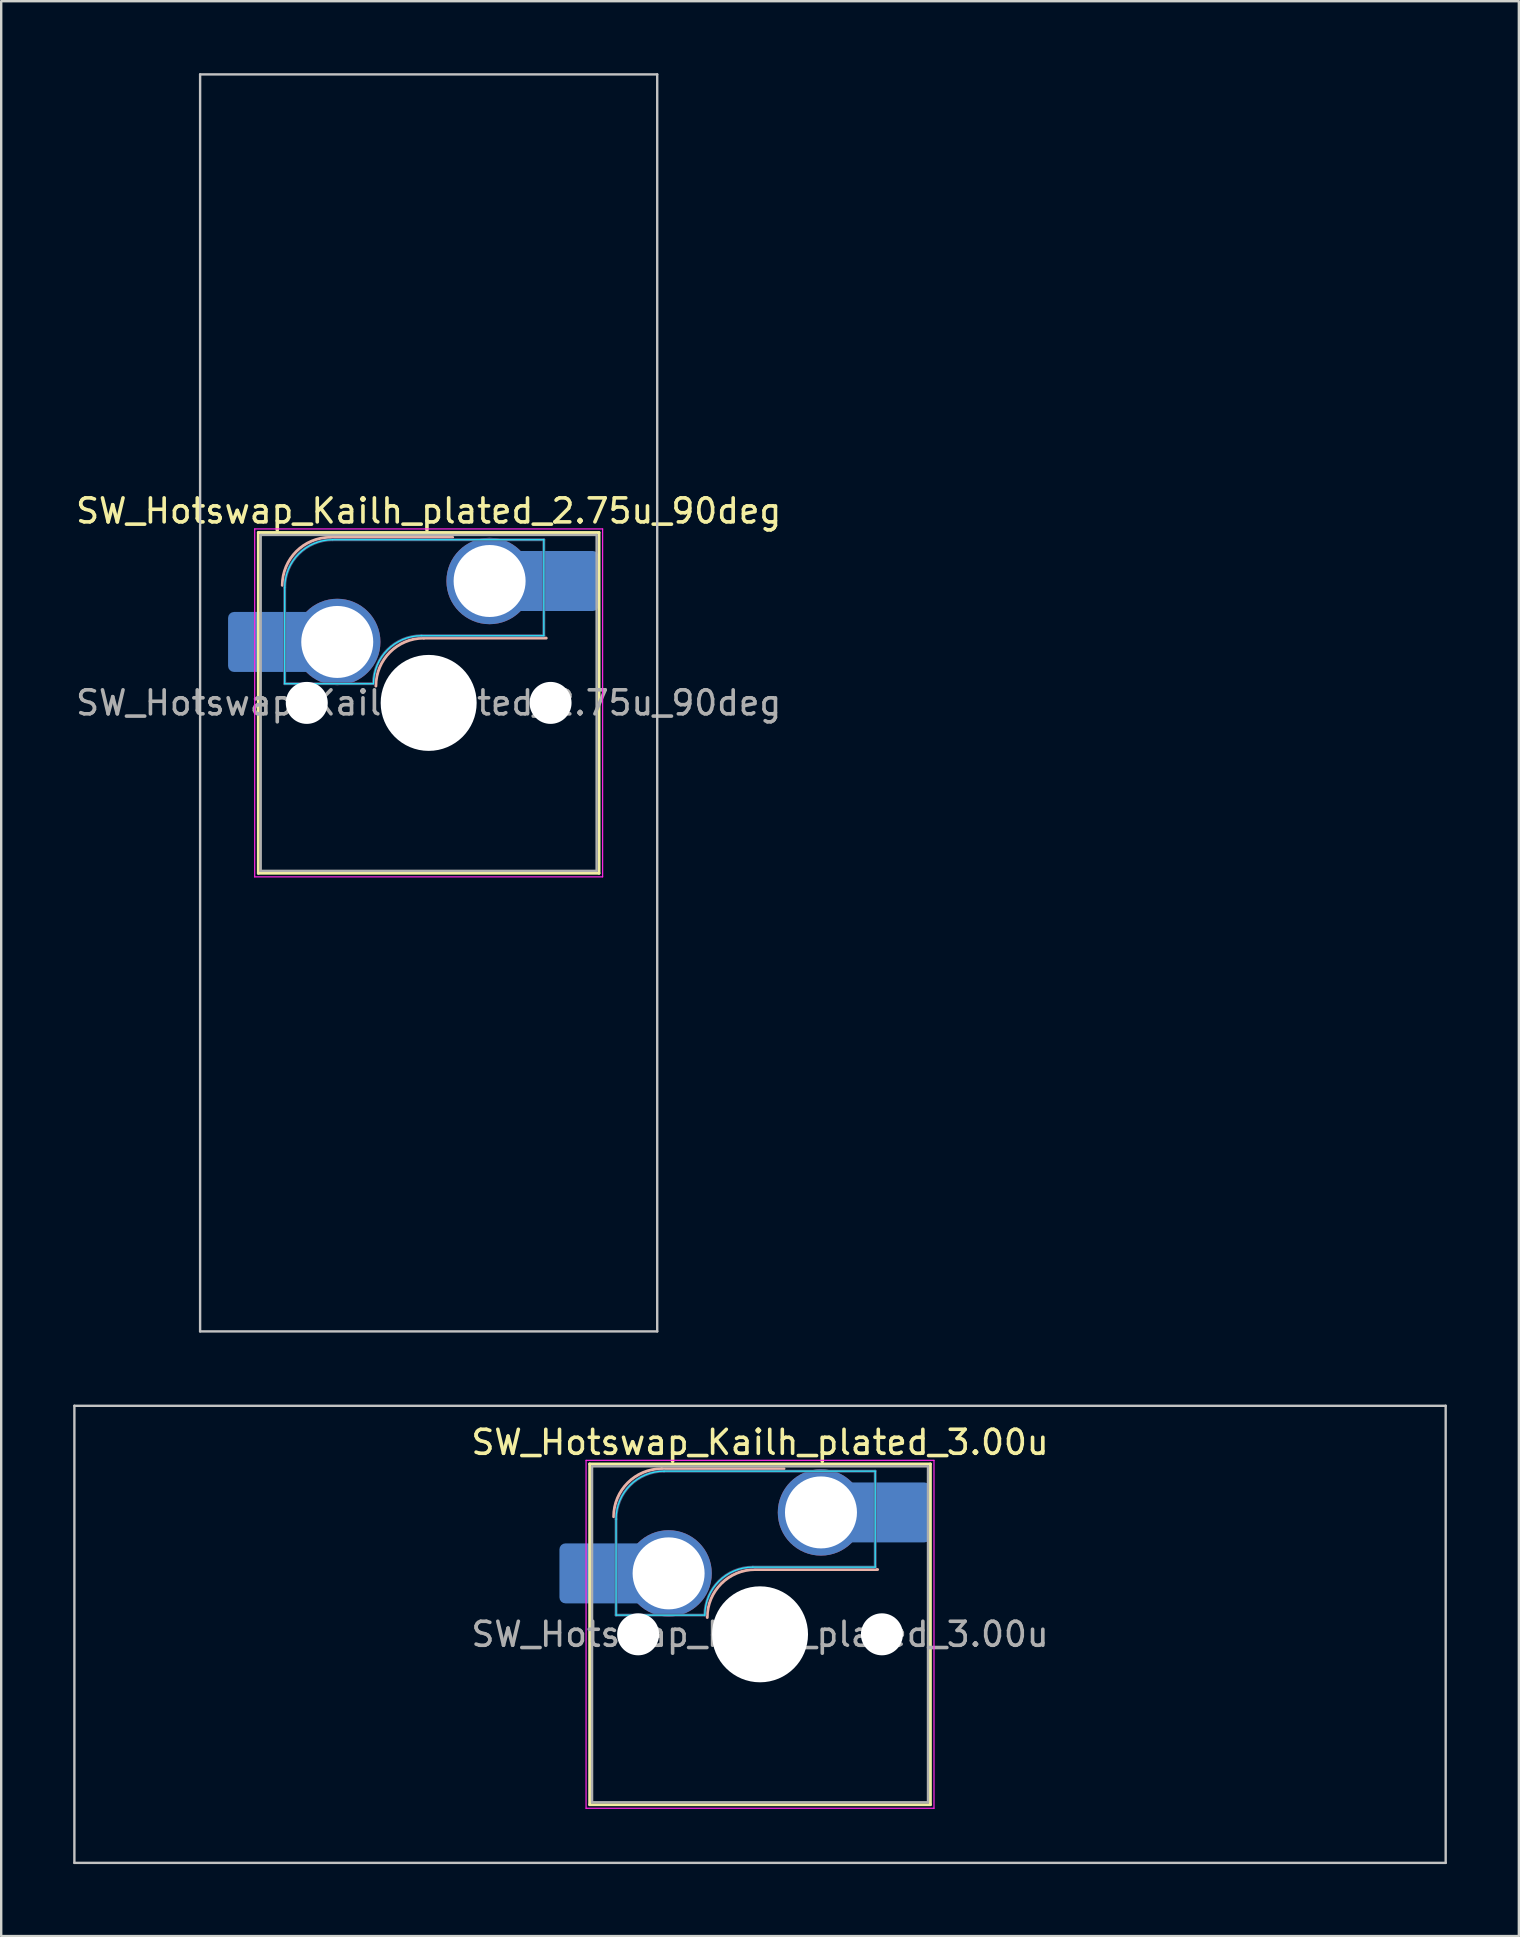
<source format=kicad_pcb>
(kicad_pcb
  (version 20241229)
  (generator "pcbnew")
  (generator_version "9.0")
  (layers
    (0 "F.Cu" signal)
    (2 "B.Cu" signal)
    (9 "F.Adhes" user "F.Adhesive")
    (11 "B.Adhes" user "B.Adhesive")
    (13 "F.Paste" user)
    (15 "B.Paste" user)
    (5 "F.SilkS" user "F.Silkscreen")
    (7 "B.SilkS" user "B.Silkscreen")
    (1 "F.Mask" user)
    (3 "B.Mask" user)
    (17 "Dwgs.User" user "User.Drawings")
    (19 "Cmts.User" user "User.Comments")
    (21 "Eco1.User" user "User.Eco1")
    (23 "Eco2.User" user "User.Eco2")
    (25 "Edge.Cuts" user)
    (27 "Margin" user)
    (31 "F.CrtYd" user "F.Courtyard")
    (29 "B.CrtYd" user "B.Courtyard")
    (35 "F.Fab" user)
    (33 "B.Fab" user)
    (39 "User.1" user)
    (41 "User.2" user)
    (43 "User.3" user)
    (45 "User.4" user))
  (footprint "SW_Hotswap_Kailh_plated_2.75u_90deg"
    (layer "F.Cu")
    (at 14.815 26.244)
    (property "Reference" "SW_Hotswap_Kailh_plated_2.75u_90deg" (at 0 -8 0) (layer "F.SilkS") (effects (font (size 1 1) (thickness 0.15))))
    (attr smd)
    (fp_line (start -7.1 -7.1) (end -7.1 7.1) (stroke (width 0.12) (type solid)) (layer "F.SilkS"))
    (fp_line (start -7.1 7.1) (end 7.1 7.1) (stroke (width 0.12) (type solid)) (layer "F.SilkS"))
    (fp_line (start 7.1 -7.1) (end -7.1 -7.1) (stroke (width 0.12) (type solid)) (layer "F.SilkS"))
    (fp_line (start 7.1 7.1) (end 7.1 -7.1) (stroke (width 0.12) (type solid)) (layer "F.SilkS"))
    (fp_line (start -4.1 -6.9) (end 1 -6.9) (stroke (width 0.12) (type solid)) (layer "B.SilkS"))
    (fp_line (start -0.2 -2.7) (end 4.9 -2.7) (stroke (width 0.12) (type solid)) (layer "B.SilkS"))
    (fp_arc (start -6.1 -4.9) (mid -5.514214 -6.314214) (end -4.1 -6.9) (stroke (width 0.12) (type solid)) (layer "B.SilkS"))
    (fp_arc (start -2.2 -0.7) (mid -1.614214 -2.114214) (end -0.2 -2.7) (stroke (width 0.12) (type solid)) (layer "B.SilkS"))
    (fp_line (start -9.525 -26.194) (end 9.525 -26.194) (stroke (width 0.1) (type solid)) (layer "Dwgs.User"))
    (fp_line (start -9.525 26.194) (end -9.525 -26.194) (stroke (width 0.1) (type solid)) (layer "Dwgs.User"))
    (fp_line (start 9.525 -26.194) (end 9.525 26.194) (stroke (width 0.1) (type solid)) (layer "Dwgs.User"))
    (fp_line (start 9.525 26.194) (end -9.525 26.194) (stroke (width 0.1) (type solid)) (layer "Dwgs.User"))
    (fp_line (start -7.8 -6) (end -7 -6) (stroke (width 0.1) (type solid)) (layer "Eco1.User"))
    (fp_line (start -7.8 -2.9) (end -7.8 -6) (stroke (width 0.1) (type solid)) (layer "Eco1.User"))
    (fp_line (start -7.8 2.9) (end -7 2.9) (stroke (width 0.1) (type solid)) (layer "Eco1.User"))
    (fp_line (start -7.8 6) (end -7.8 2.9) (stroke (width 0.1) (type solid)) (layer "Eco1.User"))
    (fp_line (start -7 -7) (end 7 -7) (stroke (width 0.1) (type solid)) (layer "Eco1.User"))
    (fp_line (start -7 -6) (end -7 -7) (stroke (width 0.1) (type solid)) (layer "Eco1.User"))
    (fp_line (start -7 -2.9) (end -7.8 -2.9) (stroke (width 0.1) (type solid)) (layer "Eco1.User"))
    (fp_line (start -7 2.9) (end -7 -2.9) (stroke (width 0.1) (type solid)) (layer "Eco1.User"))
    (fp_line (start -7 6) (end -7.8 6) (stroke (width 0.1) (type solid)) (layer "Eco1.User"))
    (fp_line (start -7 7) (end -7 6) (stroke (width 0.1) (type solid)) (layer "Eco1.User"))
    (fp_line (start 7 -7) (end 7 -6) (stroke (width 0.1) (type solid)) (layer "Eco1.User"))
    (fp_line (start 7 -6) (end 7.8 -6) (stroke (width 0.1) (type solid)) (layer "Eco1.User"))
    (fp_line (start 7 -2.9) (end 7 2.9) (stroke (width 0.1) (type solid)) (layer "Eco1.User"))
    (fp_line (start 7 2.9) (end 7.8 2.9) (stroke (width 0.1) (type solid)) (layer "Eco1.User"))
    (fp_line (start 7 6) (end 7 7) (stroke (width 0.1) (type solid)) (layer "Eco1.User"))
    (fp_line (start 7 7) (end -7 7) (stroke (width 0.1) (type solid)) (layer "Eco1.User"))
    (fp_line (start 7.8 -6) (end 7.8 -2.9) (stroke (width 0.1) (type solid)) (layer "Eco1.User"))
    (fp_line (start 7.8 -2.9) (end 7 -2.9) (stroke (width 0.1) (type solid)) (layer "Eco1.User"))
    (fp_line (start 7.8 2.9) (end 7.8 6) (stroke (width 0.1) (type solid)) (layer "Eco1.User"))
    (fp_line (start 7.8 6) (end 7 6) (stroke (width 0.1) (type solid)) (layer "Eco1.User"))
    (fp_line (start -6 -0.8) (end -6 -4.8) (stroke (width 0.05) (type solid)) (layer "B.CrtYd"))
    (fp_line (start -6 -0.8) (end -2.3 -0.8) (stroke (width 0.05) (type solid)) (layer "B.CrtYd"))
    (fp_line (start -4 -6.8) (end 4.8 -6.8) (stroke (width 0.05) (type solid)) (layer "B.CrtYd"))
    (fp_line (start -0.3 -2.8) (end 4.8 -2.8) (stroke (width 0.05) (type solid)) (layer "B.CrtYd"))
    (fp_line (start 4.8 -6.8) (end 4.8 -2.8) (stroke (width 0.05) (type solid)) (layer "B.CrtYd"))
    (fp_arc (start -6 -4.8) (mid -5.414214 -6.214214) (end -4 -6.8) (stroke (width 0.05) (type solid)) (layer "B.CrtYd"))
    (fp_arc (start -2.3 -0.8) (mid -1.714214 -2.214214) (end -0.3 -2.8) (stroke (width 0.05) (type solid)) (layer "B.CrtYd"))
    (fp_line (start -7.25 -7.25) (end -7.25 7.25) (stroke (width 0.05) (type solid)) (layer "F.CrtYd"))
    (fp_line (start -7.25 7.25) (end 7.25 7.25) (stroke (width 0.05) (type solid)) (layer "F.CrtYd"))
    (fp_line (start 7.25 -7.25) (end -7.25 -7.25) (stroke (width 0.05) (type solid)) (layer "F.CrtYd"))
    (fp_line (start 7.25 7.25) (end 7.25 -7.25) (stroke (width 0.05) (type solid)) (layer "F.CrtYd"))
    (fp_line (start -6 -0.8) (end -6 -4.8) (stroke (width 0.12) (type solid)) (layer "B.Fab"))
    (fp_line (start -6 -0.8) (end -2.3 -0.8) (stroke (width 0.12) (type solid)) (layer "B.Fab"))
    (fp_line (start -4 -6.8) (end 4.8 -6.8) (stroke (width 0.12) (type solid)) (layer "B.Fab"))
    (fp_line (start -0.3 -2.8) (end 4.8 -2.8) (stroke (width 0.12) (type solid)) (layer "B.Fab"))
    (fp_line (start 4.8 -6.8) (end 4.8 -2.8) (stroke (width 0.12) (type solid)) (layer "B.Fab"))
    (fp_arc (start -6 -4.8) (mid -5.414214 -6.214214) (end -4 -6.8) (stroke (width 0.12) (type solid)) (layer "B.Fab"))
    (fp_arc (start -2.3 -0.8) (mid -1.714214 -2.214214) (end -0.3 -2.8) (stroke (width 0.12) (type solid)) (layer "B.Fab"))
    (fp_line (start -7 -7) (end -7 7) (stroke (width 0.1) (type solid)) (layer "F.Fab"))
    (fp_line (start -7 7) (end 7 7) (stroke (width 0.1) (type solid)) (layer "F.Fab"))
    (fp_line (start 7 -7) (end -7 -7) (stroke (width 0.1) (type solid)) (layer "F.Fab"))
    (fp_line (start 7 7) (end 7 -7) (stroke (width 0.1) (type solid)) (layer "F.Fab"))
    (fp_text user "${REFERENCE}" (at 0 0 0) (layer "F.Fab") (effects (font (size 1 1) (thickness 0.15))))
    (pad "" smd roundrect (at -7.085 -2.54) (size 2.55 2.5) (layers "B.Mask" "B.Paste") (roundrect_rratio 0.1))
    (pad "" np_thru_hole circle (at -5.08 0) (size 1.75 1.75) (drill 1.75) (layers "*.Cu" "*.Mask"))
    (pad "" np_thru_hole circle (at 0 0) (size 4 4) (drill 4) (layers "*.Cu" "*.Mask"))
    (pad "" np_thru_hole circle (at 5.08 0) (size 1.75 1.75) (drill 1.75) (layers "*.Cu" "*.Mask"))
    (pad "" smd roundrect (at 5.842 -5.08) (size 2.55 2.5) (layers "B.Mask" "B.Paste") (roundrect_rratio 0.1))
    (pad "1" smd roundrect (at -6.585 -2.54) (size 3.55 2.5) (layers "B.Cu") (roundrect_rratio 0.1))
    (pad "1" thru_hole circle (at -3.81 -2.54) (size 3.6 3.6) (drill 3) (layers "*.Cu" "B.Mask"))
    (pad "2" thru_hole circle (at 2.54 -5.08) (size 3.6 3.6) (drill 3) (layers "*.Cu" "B.Mask"))
    (pad "2" smd roundrect (at 5.32 -5.08) (size 3.55 2.5) (layers "B.Cu") (roundrect_rratio 0.1)))
  (footprint "SW_Hotswap_Kailh_plated_3.00u"
    (layer "F.Cu")
    (at 28.625 65.062)
    (property "Reference" "SW_Hotswap_Kailh_plated_3.00u" (at 0 -8 0) (layer "F.SilkS") (effects (font (size 1 1) (thickness 0.15))))
    (attr smd)
    (fp_line (start -7.1 -7.1) (end -7.1 7.1) (stroke (width 0.12) (type solid)) (layer "F.SilkS"))
    (fp_line (start -7.1 7.1) (end 7.1 7.1) (stroke (width 0.12) (type solid)) (layer "F.SilkS"))
    (fp_line (start 7.1 -7.1) (end -7.1 -7.1) (stroke (width 0.12) (type solid)) (layer "F.SilkS"))
    (fp_line (start 7.1 7.1) (end 7.1 -7.1) (stroke (width 0.12) (type solid)) (layer "F.SilkS"))
    (fp_line (start -4.1 -6.9) (end 1 -6.9) (stroke (width 0.12) (type solid)) (layer "B.SilkS"))
    (fp_line (start -0.2 -2.7) (end 4.9 -2.7) (stroke (width 0.12) (type solid)) (layer "B.SilkS"))
    (fp_arc (start -6.1 -4.9) (mid -5.514214 -6.314214) (end -4.1 -6.9) (stroke (width 0.12) (type solid)) (layer "B.SilkS"))
    (fp_arc (start -2.2 -0.7) (mid -1.614214 -2.114214) (end -0.2 -2.7) (stroke (width 0.12) (type solid)) (layer "B.SilkS"))
    (fp_line (start -28.575 -9.525) (end -28.575 9.525) (stroke (width 0.1) (type solid)) (layer "Dwgs.User"))
    (fp_line (start -28.575 9.525) (end 28.575 9.525) (stroke (width 0.1) (type solid)) (layer "Dwgs.User"))
    (fp_line (start 28.575 -9.525) (end -28.575 -9.525) (stroke (width 0.1) (type solid)) (layer "Dwgs.User"))
    (fp_line (start 28.575 9.525) (end 28.575 -9.525) (stroke (width 0.1) (type solid)) (layer "Dwgs.User"))
    (fp_line (start -7.8 -6) (end -7 -6) (stroke (width 0.1) (type solid)) (layer "Eco1.User"))
    (fp_line (start -7.8 -2.9) (end -7.8 -6) (stroke (width 0.1) (type solid)) (layer "Eco1.User"))
    (fp_line (start -7.8 2.9) (end -7 2.9) (stroke (width 0.1) (type solid)) (layer "Eco1.User"))
    (fp_line (start -7.8 6) (end -7.8 2.9) (stroke (width 0.1) (type solid)) (layer "Eco1.User"))
    (fp_line (start -7 -7) (end 7 -7) (stroke (width 0.1) (type solid)) (layer "Eco1.User"))
    (fp_line (start -7 -6) (end -7 -7) (stroke (width 0.1) (type solid)) (layer "Eco1.User"))
    (fp_line (start -7 -2.9) (end -7.8 -2.9) (stroke (width 0.1) (type solid)) (layer "Eco1.User"))
    (fp_line (start -7 2.9) (end -7 -2.9) (stroke (width 0.1) (type solid)) (layer "Eco1.User"))
    (fp_line (start -7 6) (end -7.8 6) (stroke (width 0.1) (type solid)) (layer "Eco1.User"))
    (fp_line (start -7 7) (end -7 6) (stroke (width 0.1) (type solid)) (layer "Eco1.User"))
    (fp_line (start 7 -7) (end 7 -6) (stroke (width 0.1) (type solid)) (layer "Eco1.User"))
    (fp_line (start 7 -6) (end 7.8 -6) (stroke (width 0.1) (type solid)) (layer "Eco1.User"))
    (fp_line (start 7 -2.9) (end 7 2.9) (stroke (width 0.1) (type solid)) (layer "Eco1.User"))
    (fp_line (start 7 2.9) (end 7.8 2.9) (stroke (width 0.1) (type solid)) (layer "Eco1.User"))
    (fp_line (start 7 6) (end 7 7) (stroke (width 0.1) (type solid)) (layer "Eco1.User"))
    (fp_line (start 7 7) (end -7 7) (stroke (width 0.1) (type solid)) (layer "Eco1.User"))
    (fp_line (start 7.8 -6) (end 7.8 -2.9) (stroke (width 0.1) (type solid)) (layer "Eco1.User"))
    (fp_line (start 7.8 -2.9) (end 7 -2.9) (stroke (width 0.1) (type solid)) (layer "Eco1.User"))
    (fp_line (start 7.8 2.9) (end 7.8 6) (stroke (width 0.1) (type solid)) (layer "Eco1.User"))
    (fp_line (start 7.8 6) (end 7 6) (stroke (width 0.1) (type solid)) (layer "Eco1.User"))
    (fp_line (start -6 -0.8) (end -6 -4.8) (stroke (width 0.05) (type solid)) (layer "B.CrtYd"))
    (fp_line (start -6 -0.8) (end -2.3 -0.8) (stroke (width 0.05) (type solid)) (layer "B.CrtYd"))
    (fp_line (start -4 -6.8) (end 4.8 -6.8) (stroke (width 0.05) (type solid)) (layer "B.CrtYd"))
    (fp_line (start -0.3 -2.8) (end 4.8 -2.8) (stroke (width 0.05) (type solid)) (layer "B.CrtYd"))
    (fp_line (start 4.8 -6.8) (end 4.8 -2.8) (stroke (width 0.05) (type solid)) (layer "B.CrtYd"))
    (fp_arc (start -6 -4.8) (mid -5.414214 -6.214214) (end -4 -6.8) (stroke (width 0.05) (type solid)) (layer "B.CrtYd"))
    (fp_arc (start -2.3 -0.8) (mid -1.714214 -2.214214) (end -0.3 -2.8) (stroke (width 0.05) (type solid)) (layer "B.CrtYd"))
    (fp_line (start -7.25 -7.25) (end -7.25 7.25) (stroke (width 0.05) (type solid)) (layer "F.CrtYd"))
    (fp_line (start -7.25 7.25) (end 7.25 7.25) (stroke (width 0.05) (type solid)) (layer "F.CrtYd"))
    (fp_line (start 7.25 -7.25) (end -7.25 -7.25) (stroke (width 0.05) (type solid)) (layer "F.CrtYd"))
    (fp_line (start 7.25 7.25) (end 7.25 -7.25) (stroke (width 0.05) (type solid)) (layer "F.CrtYd"))
    (fp_line (start -6 -0.8) (end -6 -4.8) (stroke (width 0.12) (type solid)) (layer "B.Fab"))
    (fp_line (start -6 -0.8) (end -2.3 -0.8) (stroke (width 0.12) (type solid)) (layer "B.Fab"))
    (fp_line (start -4 -6.8) (end 4.8 -6.8) (stroke (width 0.12) (type solid)) (layer "B.Fab"))
    (fp_line (start -0.3 -2.8) (end 4.8 -2.8) (stroke (width 0.12) (type solid)) (layer "B.Fab"))
    (fp_line (start 4.8 -6.8) (end 4.8 -2.8) (stroke (width 0.12) (type solid)) (layer "B.Fab"))
    (fp_arc (start -6 -4.8) (mid -5.414214 -6.214214) (end -4 -6.8) (stroke (width 0.12) (type solid)) (layer "B.Fab"))
    (fp_arc (start -2.3 -0.8) (mid -1.714214 -2.214214) (end -0.3 -2.8) (stroke (width 0.12) (type solid)) (layer "B.Fab"))
    (fp_line (start -7 -7) (end -7 7) (stroke (width 0.1) (type solid)) (layer "F.Fab"))
    (fp_line (start -7 7) (end 7 7) (stroke (width 0.1) (type solid)) (layer "F.Fab"))
    (fp_line (start 7 -7) (end -7 -7) (stroke (width 0.1) (type solid)) (layer "F.Fab"))
    (fp_line (start 7 7) (end 7 -7) (stroke (width 0.1) (type solid)) (layer "F.Fab"))
    (fp_text user "${REFERENCE}" (at 0 0 0) (layer "F.Fab") (effects (font (size 1 1) (thickness 0.15))))
    (pad "" smd roundrect (at -7.085 -2.54) (size 2.55 2.5) (layers "B.Mask" "B.Paste") (roundrect_rratio 0.1))
    (pad "" np_thru_hole circle (at -5.08 0) (size 1.75 1.75) (drill 1.75) (layers "*.Cu" "*.Mask"))
    (pad "" np_thru_hole circle (at 0 0) (size 4 4) (drill 4) (layers "*.Cu" "*.Mask"))
    (pad "" np_thru_hole circle (at 5.08 0) (size 1.75 1.75) (drill 1.75) (layers "*.Cu" "*.Mask"))
    (pad "" smd roundrect (at 5.842 -5.08) (size 2.55 2.5) (layers "B.Mask" "B.Paste") (roundrect_rratio 0.1))
    (pad "1" smd roundrect (at -6.585 -2.54) (size 3.55 2.5) (layers "B.Cu") (roundrect_rratio 0.1))
    (pad "1" thru_hole circle (at -3.81 -2.54) (size 3.6 3.6) (drill 3) (layers "*.Cu" "B.Mask"))
    (pad "2" thru_hole circle (at 2.54 -5.08) (size 3.6 3.6) (drill 3) (layers "*.Cu" "B.Mask"))
    (pad "2" smd roundrect (at 5.32 -5.08) (size 3.55 2.5) (layers "B.Cu") (roundrect_rratio 0.1)))
  (gr_rect
    (start -3 -3)
    (end 60.25 77.638)
    (stroke (width 0.1) (type default))
    (fill no)
    (layer "Edge.Cuts")))
</source>
